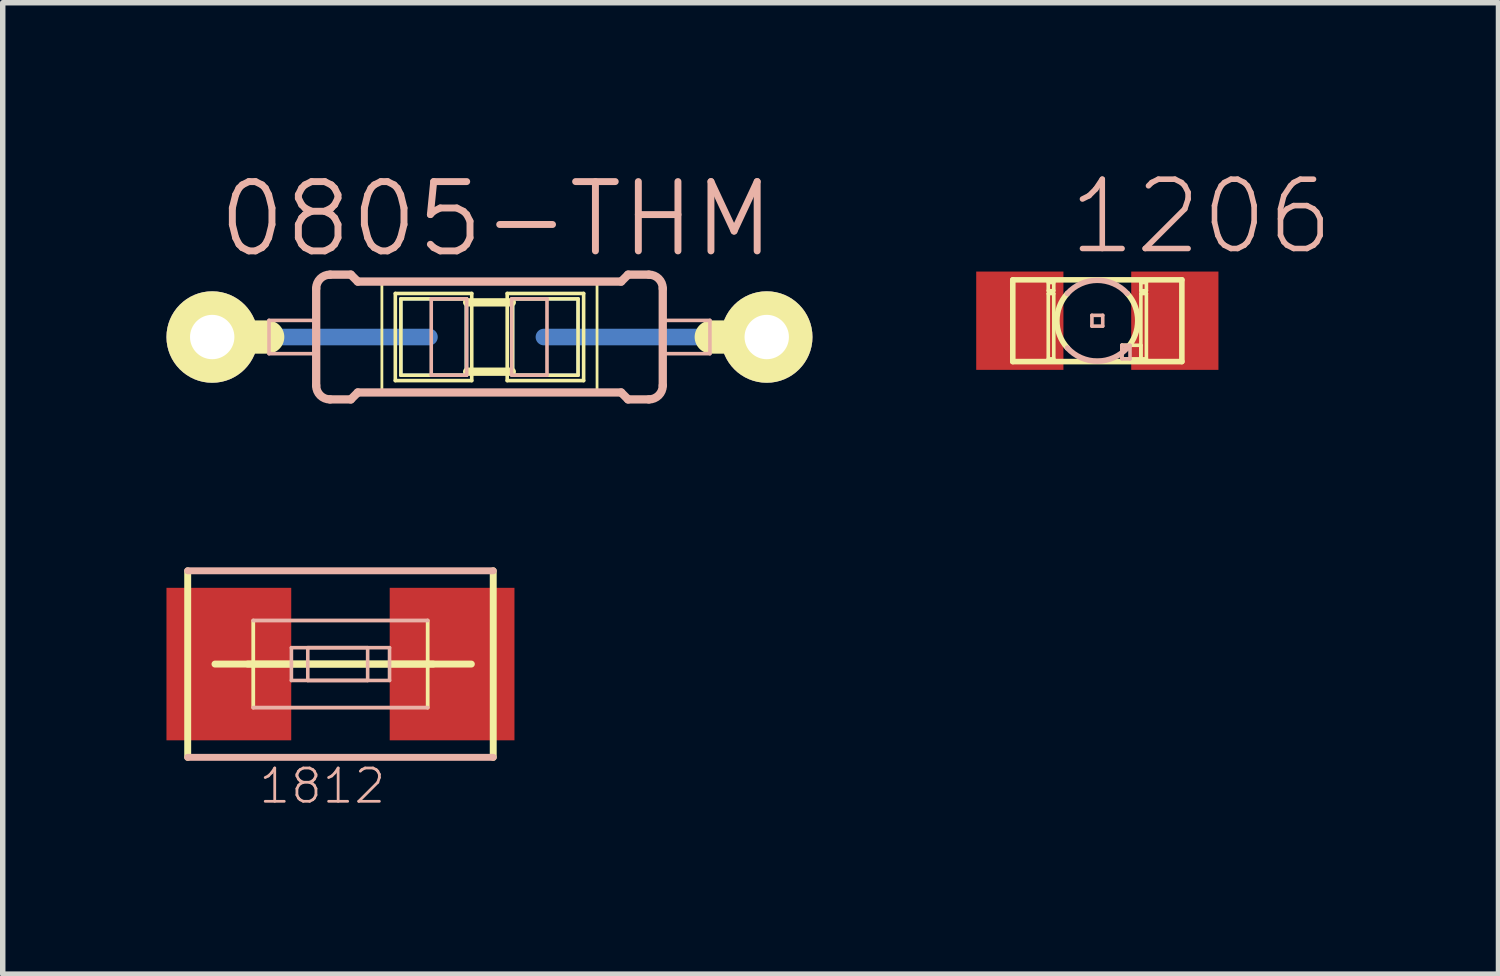
<source format=kicad_pcb>
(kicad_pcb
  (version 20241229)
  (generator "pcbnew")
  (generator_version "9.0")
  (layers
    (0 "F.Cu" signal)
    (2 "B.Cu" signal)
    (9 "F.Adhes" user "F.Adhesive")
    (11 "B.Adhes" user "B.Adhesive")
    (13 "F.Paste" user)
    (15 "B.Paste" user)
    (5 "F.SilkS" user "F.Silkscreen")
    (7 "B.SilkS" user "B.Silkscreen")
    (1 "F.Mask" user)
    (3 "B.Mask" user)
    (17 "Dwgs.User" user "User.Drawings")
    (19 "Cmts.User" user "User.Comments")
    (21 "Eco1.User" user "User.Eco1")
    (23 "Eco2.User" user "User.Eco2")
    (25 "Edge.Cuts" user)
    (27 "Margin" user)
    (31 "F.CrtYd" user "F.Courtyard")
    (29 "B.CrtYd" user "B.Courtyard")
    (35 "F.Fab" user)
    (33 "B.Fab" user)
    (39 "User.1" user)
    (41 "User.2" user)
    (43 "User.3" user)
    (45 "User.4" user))
  (footprint "0805-THM"
    (layer "F.Cu")
    (at 5.918 3.125)
    (property "Reference" "0805-THM" (at 0.127 -2.159 0) (layer "B.SilkS") (effects (font (size 1.27 1.27) (thickness 0.127))))
    (attr exclude_from_pos_files exclude_from_bom)
    (fp_line (start -4.498 0) (end -1.1 0) (stroke (width 0.305) (type solid)) (layer "B.Cu"))
    (fp_line (start -1.623 -0.699) (end -0.424 -0.699) (stroke (width 0.066) (type solid)) (layer "B.Cu"))
    (fp_line (start -1.623 0.699) (end -1.623 -0.699) (stroke (width 0.066) (type solid)) (layer "B.Cu"))
    (fp_line (start -1.623 0.699) (end -0.424 0.699) (stroke (width 0.066) (type solid)) (layer "B.Cu"))
    (fp_line (start -0.424 0.699) (end -0.424 -0.699) (stroke (width 0.066) (type solid)) (layer "B.Cu"))
    (fp_line (start 0.424 -0.699) (end 1.623 -0.699) (stroke (width 0.066) (type solid)) (layer "B.Cu"))
    (fp_line (start 0.424 0.699) (end 0.424 -0.699) (stroke (width 0.066) (type solid)) (layer "B.Cu"))
    (fp_line (start 0.424 0.699) (end 1.623 0.699) (stroke (width 0.066) (type solid)) (layer "B.Cu"))
    (fp_line (start 0.998 0) (end 5.098 0) (stroke (width 0.305) (type solid)) (layer "B.Cu"))
    (fp_line (start 1.623 0.699) (end 1.623 -0.699) (stroke (width 0.066) (type solid)) (layer "B.Cu"))
    (fp_line (start -5.08 0) (end -4.064 0) (stroke (width 0.61) (type solid)) (layer "F.SilkS"))
    (fp_line (start -1.971 -0.983) (end 1.971 -0.983) (stroke (width 0.051) (type solid)) (layer "F.SilkS"))
    (fp_line (start -1.971 0.983) (end -1.971 -0.983) (stroke (width 0.051) (type solid)) (layer "F.SilkS"))
    (fp_line (start -1.725 -0.798) (end -0.325 -0.798) (stroke (width 0.066) (type solid)) (layer "F.SilkS"))
    (fp_line (start -1.725 0.798) (end -1.725 -0.798) (stroke (width 0.066) (type solid)) (layer "F.SilkS"))
    (fp_line (start -1.725 0.798) (end -0.325 0.798) (stroke (width 0.066) (type solid)) (layer "F.SilkS"))
    (fp_line (start -1.623 -0.699) (end -0.424 -0.699) (stroke (width 0.066) (type solid)) (layer "F.SilkS"))
    (fp_line (start -1.623 0.699) (end -1.623 -0.699) (stroke (width 0.066) (type solid)) (layer "F.SilkS"))
    (fp_line (start -1.623 0.699) (end -0.424 0.699) (stroke (width 0.066) (type solid)) (layer "F.SilkS"))
    (fp_line (start -0.424 0.699) (end -0.424 -0.699) (stroke (width 0.066) (type solid)) (layer "F.SilkS"))
    (fp_line (start -0.409 -0.635) (end 0.409 -0.635) (stroke (width 0.152) (type solid)) (layer "F.SilkS"))
    (fp_line (start -0.409 0.635) (end 0.409 0.635) (stroke (width 0.152) (type solid)) (layer "F.SilkS"))
    (fp_line (start -0.325 0.798) (end -0.325 -0.798) (stroke (width 0.066) (type solid)) (layer "F.SilkS"))
    (fp_line (start 0.325 -0.798) (end 1.725 -0.798) (stroke (width 0.066) (type solid)) (layer "F.SilkS"))
    (fp_line (start 0.325 0.798) (end 0.325 -0.798) (stroke (width 0.066) (type solid)) (layer "F.SilkS"))
    (fp_line (start 0.325 0.798) (end 1.725 0.798) (stroke (width 0.066) (type solid)) (layer "F.SilkS"))
    (fp_line (start 0.424 -0.699) (end 1.623 -0.699) (stroke (width 0.066) (type solid)) (layer "F.SilkS"))
    (fp_line (start 0.424 0.699) (end 0.424 -0.699) (stroke (width 0.066) (type solid)) (layer "F.SilkS"))
    (fp_line (start 0.424 0.699) (end 1.623 0.699) (stroke (width 0.066) (type solid)) (layer "F.SilkS"))
    (fp_line (start 1.623 0.699) (end 1.623 -0.699) (stroke (width 0.066) (type solid)) (layer "F.SilkS"))
    (fp_line (start 1.725 0.798) (end 1.725 -0.798) (stroke (width 0.066) (type solid)) (layer "F.SilkS"))
    (fp_line (start 1.971 -0.983) (end 1.971 0.983) (stroke (width 0.051) (type solid)) (layer "F.SilkS"))
    (fp_line (start 1.971 0.983) (end -1.971 0.983) (stroke (width 0.051) (type solid)) (layer "F.SilkS"))
    (fp_line (start 5.08 0) (end 4.064 0) (stroke (width 0.61) (type solid)) (layer "F.SilkS"))
    (fp_line (start -4.039 -0.305) (end -3.175 -0.305) (stroke (width 0.066) (type solid)) (layer "B.SilkS"))
    (fp_line (start -4.039 0.305) (end -4.039 -0.305) (stroke (width 0.066) (type solid)) (layer "B.SilkS"))
    (fp_line (start -4.039 0.305) (end -3.175 0.305) (stroke (width 0.066) (type solid)) (layer "B.SilkS"))
    (fp_line (start -3.175 0.305) (end -3.175 -0.305) (stroke (width 0.066) (type solid)) (layer "B.SilkS"))
    (fp_line (start -3.175 0.889) (end -3.175 -0.889) (stroke (width 0.152) (type solid)) (layer "B.SilkS"))
    (fp_line (start -2.921 -1.143) (end -2.54 -1.143) (stroke (width 0.152) (type solid)) (layer "B.SilkS"))
    (fp_line (start -2.921 1.143) (end -2.54 1.143) (stroke (width 0.152) (type solid)) (layer "B.SilkS"))
    (fp_line (start -2.413 -1.016) (end -2.54 -1.143) (stroke (width 0.152) (type solid)) (layer "B.SilkS"))
    (fp_line (start -2.413 1.016) (end -2.54 1.143) (stroke (width 0.152) (type solid)) (layer "B.SilkS"))
    (fp_line (start -1.067 -0.701) (end -0.417 -0.701) (stroke (width 0.066) (type solid)) (layer "B.SilkS"))
    (fp_line (start -1.067 0.699) (end -1.067 -0.701) (stroke (width 0.066) (type solid)) (layer "B.SilkS"))
    (fp_line (start -1.067 0.699) (end -0.417 0.699) (stroke (width 0.066) (type solid)) (layer "B.SilkS"))
    (fp_line (start -0.417 0.699) (end -0.417 -0.701) (stroke (width 0.066) (type solid)) (layer "B.SilkS"))
    (fp_line (start 0.406 -0.701) (end 1.054 -0.701) (stroke (width 0.066) (type solid)) (layer "B.SilkS"))
    (fp_line (start 0.406 0.699) (end 0.406 -0.701) (stroke (width 0.066) (type solid)) (layer "B.SilkS"))
    (fp_line (start 0.406 0.699) (end 1.054 0.699) (stroke (width 0.066) (type solid)) (layer "B.SilkS"))
    (fp_line (start 1.054 0.699) (end 1.054 -0.701) (stroke (width 0.066) (type solid)) (layer "B.SilkS"))
    (fp_line (start 2.413 -1.016) (end -2.413 -1.016) (stroke (width 0.152) (type solid)) (layer "B.SilkS"))
    (fp_line (start 2.413 -1.016) (end 2.54 -1.143) (stroke (width 0.152) (type solid)) (layer "B.SilkS"))
    (fp_line (start 2.413 1.016) (end -2.413 1.016) (stroke (width 0.152) (type solid)) (layer "B.SilkS"))
    (fp_line (start 2.413 1.016) (end 2.54 1.143) (stroke (width 0.152) (type solid)) (layer "B.SilkS"))
    (fp_line (start 2.921 -1.143) (end 2.54 -1.143) (stroke (width 0.152) (type solid)) (layer "B.SilkS"))
    (fp_line (start 2.921 1.143) (end 2.54 1.143) (stroke (width 0.152) (type solid)) (layer "B.SilkS"))
    (fp_line (start 3.175 -0.305) (end 4.039 -0.305) (stroke (width 0.066) (type solid)) (layer "B.SilkS"))
    (fp_line (start 3.175 0.305) (end 3.175 -0.305) (stroke (width 0.066) (type solid)) (layer "B.SilkS"))
    (fp_line (start 3.175 0.305) (end 4.039 0.305) (stroke (width 0.066) (type solid)) (layer "B.SilkS"))
    (fp_line (start 3.175 0.889) (end 3.175 -0.889) (stroke (width 0.152) (type solid)) (layer "B.SilkS"))
    (fp_line (start 4.039 0.305) (end 4.039 -0.305) (stroke (width 0.066) (type solid)) (layer "B.SilkS"))
    (fp_arc (start -3.175 -0.889) (mid -3.100605 -1.068605) (end -2.921 -1.143) (stroke (width 0.1524) (type solid)) (layer "B.SilkS"))
    (fp_arc (start -2.921 1.143) (mid -3.100605 1.068605) (end -3.175 0.889) (stroke (width 0.1524) (type solid)) (layer "B.SilkS"))
    (fp_arc (start 2.921 -1.143) (mid 3.100605 -1.068605) (end 3.175 -0.889) (stroke (width 0.1524) (type solid)) (layer "B.SilkS"))
    (fp_arc (start 3.175 0.889) (mid 3.100605 1.068605) (end 2.921 1.143) (stroke (width 0.1524) (type solid)) (layer "B.SilkS"))
    (pad "1" thru_hole circle (at -5.08 0) (size 1.676 1.676) (drill 0.813) (layers "*.Cu" "F.Mask" "F.SilkS" "F.Paste"))
    (pad "2" thru_hole circle (at 5.08 0) (size 1.676 1.676) (drill 0.813) (layers "*.Cu" "F.Mask" "F.SilkS" "F.Paste")))
  (footprint "1206"
    (layer "F.Cu")
    (at 17.055 2.826)
    (property "Reference" "1206" (at 1.905 -1.905 0) (layer "B.SilkS") (effects (font (size 1.27 1.27) (thickness 0.102))))
    (attr smd)
    (fp_line (start -1.549 -0.749) (end 1.549 -0.749) (stroke (width 0.102) (type solid)) (layer "F.SilkS"))
    (fp_line (start -1.549 0.749) (end -1.549 -0.749) (stroke (width 0.102) (type solid)) (layer "F.SilkS"))
    (fp_line (start -0.899 -0.699) (end -0.798 -0.699) (stroke (width 0.066) (type solid)) (layer "F.SilkS"))
    (fp_line (start -0.899 -0.549) (end -0.899 -0.699) (stroke (width 0.066) (type solid)) (layer "F.SilkS"))
    (fp_line (start -0.899 -0.549) (end -0.798 -0.549) (stroke (width 0.066) (type solid)) (layer "F.SilkS"))
    (fp_line (start -0.899 -0.498) (end -0.798 -0.498) (stroke (width 0.066) (type solid)) (layer "F.SilkS"))
    (fp_line (start -0.899 0.699) (end -0.899 -0.498) (stroke (width 0.066) (type solid)) (layer "F.SilkS"))
    (fp_line (start -0.899 0.699) (end -0.798 0.699) (stroke (width 0.066) (type solid)) (layer "F.SilkS"))
    (fp_line (start -0.798 -0.549) (end -0.798 -0.699) (stroke (width 0.066) (type solid)) (layer "F.SilkS"))
    (fp_line (start -0.798 0.699) (end -0.798 -0.498) (stroke (width 0.066) (type solid)) (layer "F.SilkS"))
    (fp_line (start 0.45 0.45) (end 0.798 0.45) (stroke (width 0.066) (type solid)) (layer "F.SilkS"))
    (fp_line (start 0.45 0.699) (end 0.45 0.45) (stroke (width 0.066) (type solid)) (layer "F.SilkS"))
    (fp_line (start 0.45 0.699) (end 0.798 0.699) (stroke (width 0.066) (type solid)) (layer "F.SilkS"))
    (fp_line (start 0.798 -0.699) (end 0.899 -0.699) (stroke (width 0.066) (type solid)) (layer "F.SilkS"))
    (fp_line (start 0.798 -0.549) (end 0.798 -0.699) (stroke (width 0.066) (type solid)) (layer "F.SilkS"))
    (fp_line (start 0.798 -0.549) (end 0.899 -0.549) (stroke (width 0.066) (type solid)) (layer "F.SilkS"))
    (fp_line (start 0.798 -0.498) (end 0.899 -0.498) (stroke (width 0.066) (type solid)) (layer "F.SilkS"))
    (fp_line (start 0.798 0.699) (end 0.798 -0.498) (stroke (width 0.066) (type solid)) (layer "F.SilkS"))
    (fp_line (start 0.798 0.699) (end 0.798 0.45) (stroke (width 0.066) (type solid)) (layer "F.SilkS"))
    (fp_line (start 0.798 0.699) (end 0.899 0.699) (stroke (width 0.066) (type solid)) (layer "F.SilkS"))
    (fp_line (start 0.899 -0.549) (end 0.899 -0.699) (stroke (width 0.066) (type solid)) (layer "F.SilkS"))
    (fp_line (start 0.899 0.699) (end 0.899 -0.498) (stroke (width 0.066) (type solid)) (layer "F.SilkS"))
    (fp_line (start 1.549 -0.749) (end 1.549 0.749) (stroke (width 0.102) (type solid)) (layer "F.SilkS"))
    (fp_line (start 1.549 0.749) (end -1.549 0.749) (stroke (width 0.102) (type solid)) (layer "F.SilkS"))
    (fp_arc (start -0.54864 0.49784) (mid -0.740844 -0.000377) (end -0.548133 -0.498398) (stroke (width 0.1016) (type solid)) (layer "F.SilkS"))
    (fp_arc (start 0.54864 -0.49784) (mid 0.740844 0.000377) (end 0.548133 0.498398) (stroke (width 0.1016) (type solid)) (layer "F.SilkS"))
    (fp_line (start -0.099 -0.099) (end 0.099 -0.099) (stroke (width 0.066) (type solid)) (layer "B.SilkS"))
    (fp_line (start -0.099 0.099) (end -0.099 -0.099) (stroke (width 0.066) (type solid)) (layer "B.SilkS"))
    (fp_line (start -0.099 0.099) (end 0.099 0.099) (stroke (width 0.066) (type solid)) (layer "B.SilkS"))
    (fp_line (start 0.099 0.099) (end 0.099 -0.099) (stroke (width 0.066) (type solid)) (layer "B.SilkS"))
    (fp_line (start 0.45 0.45) (end 0.599 0.45) (stroke (width 0.066) (type solid)) (layer "B.SilkS"))
    (fp_line (start 0.45 0.699) (end 0.45 0.45) (stroke (width 0.066) (type solid)) (layer "B.SilkS"))
    (fp_line (start 0.45 0.699) (end 0.599 0.699) (stroke (width 0.066) (type solid)) (layer "B.SilkS"))
    (fp_line (start 0.599 0.699) (end 0.599 0.45) (stroke (width 0.066) (type solid)) (layer "B.SilkS"))
    (fp_arc (start -0.54864 -0.49784) (mid -0.001024 -0.740844) (end 0.547262 -0.499354) (stroke (width 0.1016) (type solid)) (layer "B.SilkS"))
    (fp_arc (start 0.54864 0.49784) (mid 0.001024 0.740844) (end -0.547262 0.499354) (stroke (width 0.1016) (type solid)) (layer "B.SilkS"))
    (pad "A" smd rect (at -1.42 0) (size 1.598 1.801) (layers "F.Cu" "F.Mask" "F.Paste"))
    (pad "C" smd rect (at 1.42 0) (size 1.598 1.801) (layers "F.Cu" "F.Mask" "F.Paste")))
  (footprint "1812"
    (layer "F.Cu")
    (at 3.188 9.117)
    (property "Reference" "1812" (at -0.333 2.235 0) (layer "B.SilkS") (effects (font (size 0.61 0.61) (thickness 0.051))))
    (attr smd)
    (fp_line (start -2.799 1.709) (end -2.799 -1.709) (stroke (width 0.127) (type solid)) (layer "F.SilkS"))
    (fp_line (start -2.299 0) (end 2.398 0) (stroke (width 0.127) (type solid)) (layer "F.SilkS"))
    (fp_line (start -1.699 0) (end 1.699 0) (stroke (width 0.127) (type solid)) (layer "F.SilkS"))
    (fp_line (start -1.598 0.798) (end -1.598 -0.798) (stroke (width 0.069) (type solid)) (layer "F.SilkS"))
    (fp_line (start 1.598 -0.798) (end 1.598 0.798) (stroke (width 0.069) (type solid)) (layer "F.SilkS"))
    (fp_line (start 2.799 -1.709) (end 2.799 1.709) (stroke (width 0.127) (type solid)) (layer "F.SilkS"))
    (fp_line (start -2.799 -1.709) (end 2.799 -1.709) (stroke (width 0.127) (type solid)) (layer "B.SilkS"))
    (fp_line (start -1.598 -0.798) (end 1.598 -0.798) (stroke (width 0.069) (type solid)) (layer "B.SilkS"))
    (fp_line (start -0.899 -0.3) (end 0.899 -0.3) (stroke (width 0.066) (type solid)) (layer "B.SilkS"))
    (fp_line (start -0.899 0.3) (end -0.899 -0.3) (stroke (width 0.066) (type solid)) (layer "B.SilkS"))
    (fp_line (start -0.899 0.3) (end 0.899 0.3) (stroke (width 0.066) (type solid)) (layer "B.SilkS"))
    (fp_line (start -0.599 -0.3) (end 0.498 -0.3) (stroke (width 0.066) (type solid)) (layer "B.SilkS"))
    (fp_line (start -0.599 0.3) (end -0.599 -0.3) (stroke (width 0.066) (type solid)) (layer "B.SilkS"))
    (fp_line (start -0.599 0.3) (end 0.498 0.3) (stroke (width 0.066) (type solid)) (layer "B.SilkS"))
    (fp_line (start 0.498 0.3) (end 0.498 -0.3) (stroke (width 0.066) (type solid)) (layer "B.SilkS"))
    (fp_line (start 0.899 0.3) (end 0.899 -0.3) (stroke (width 0.066) (type solid)) (layer "B.SilkS"))
    (fp_line (start 1.598 0.798) (end -1.598 0.798) (stroke (width 0.069) (type solid)) (layer "B.SilkS"))
    (fp_line (start 2.799 1.709) (end -2.799 1.709) (stroke (width 0.127) (type solid)) (layer "B.SilkS"))
    (pad "1" smd rect (at -2.045 0) (size 2.286 2.794) (layers "F.Cu" "F.Mask" "F.Paste"))
    (pad "2" smd rect (at 2.045 0) (size 2.286 2.794) (layers "F.Cu" "F.Mask" "F.Paste")))
  (gr_rect
    (start -3 -3)
    (end 24.405 14.798)
    (stroke (width 0.1) (type default))
    (fill no)
    (layer "Edge.Cuts")))
</source>
